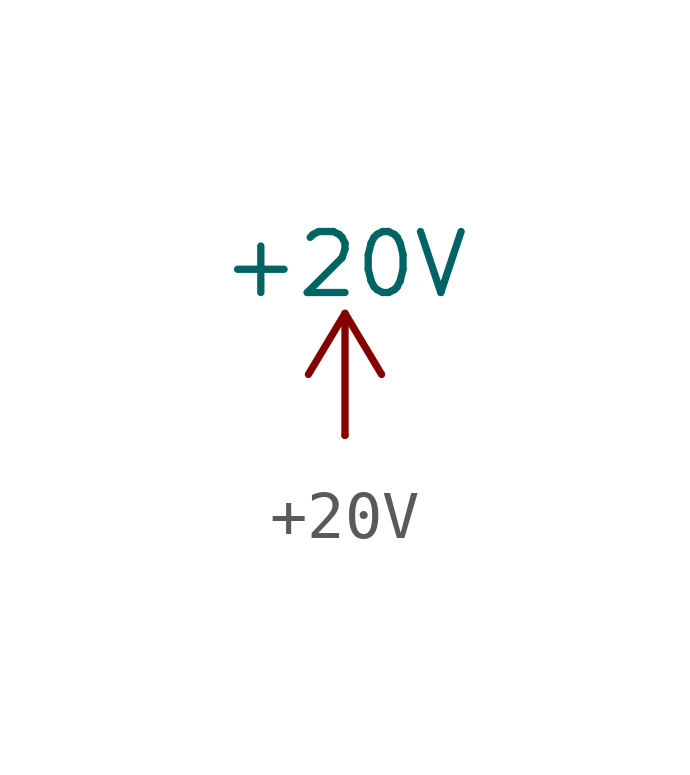
<source format=kicad_sym>
(kicad_symbol_lib
  (version 20231120)
  (generator "kicad_symbol_editor")
  (generator_version "8.0")
  (symbol "+20V"
    (power)
    (pin_numbers hide)
    (pin_names
      (offset 0) hide)
    (property "Reference" "#PWR"
      (at 0 -3.81 0)
      (effects (font (size 1.27 1.27)) (hide yes)))
    (property "Value" "+20V"
      (at 0 3.556 0)
      (effects (font (size 1.27 1.27))))
    (symbol "+20V_0_1"
      (polyline (pts (xy -0.762 1.27) (xy 0 2.54)) (stroke (width 0) (type default)) (fill (type none)))
      (polyline (pts (xy 0 0) (xy 0 2.54)) (stroke (width 0) (type default)) (fill (type none)))
      (polyline (pts (xy 0 2.54) (xy 0.762 1.27)) (stroke (width 0) (type default)) (fill (type none))))
    (symbol "+20V_1_1"
      (pin power_in line (at 0 0 90) (length 0) (name "~" (effects (font (size 1.27 1.27)))) (number "1" (effects (font (size 1.27 1.27))))))))
</source>
